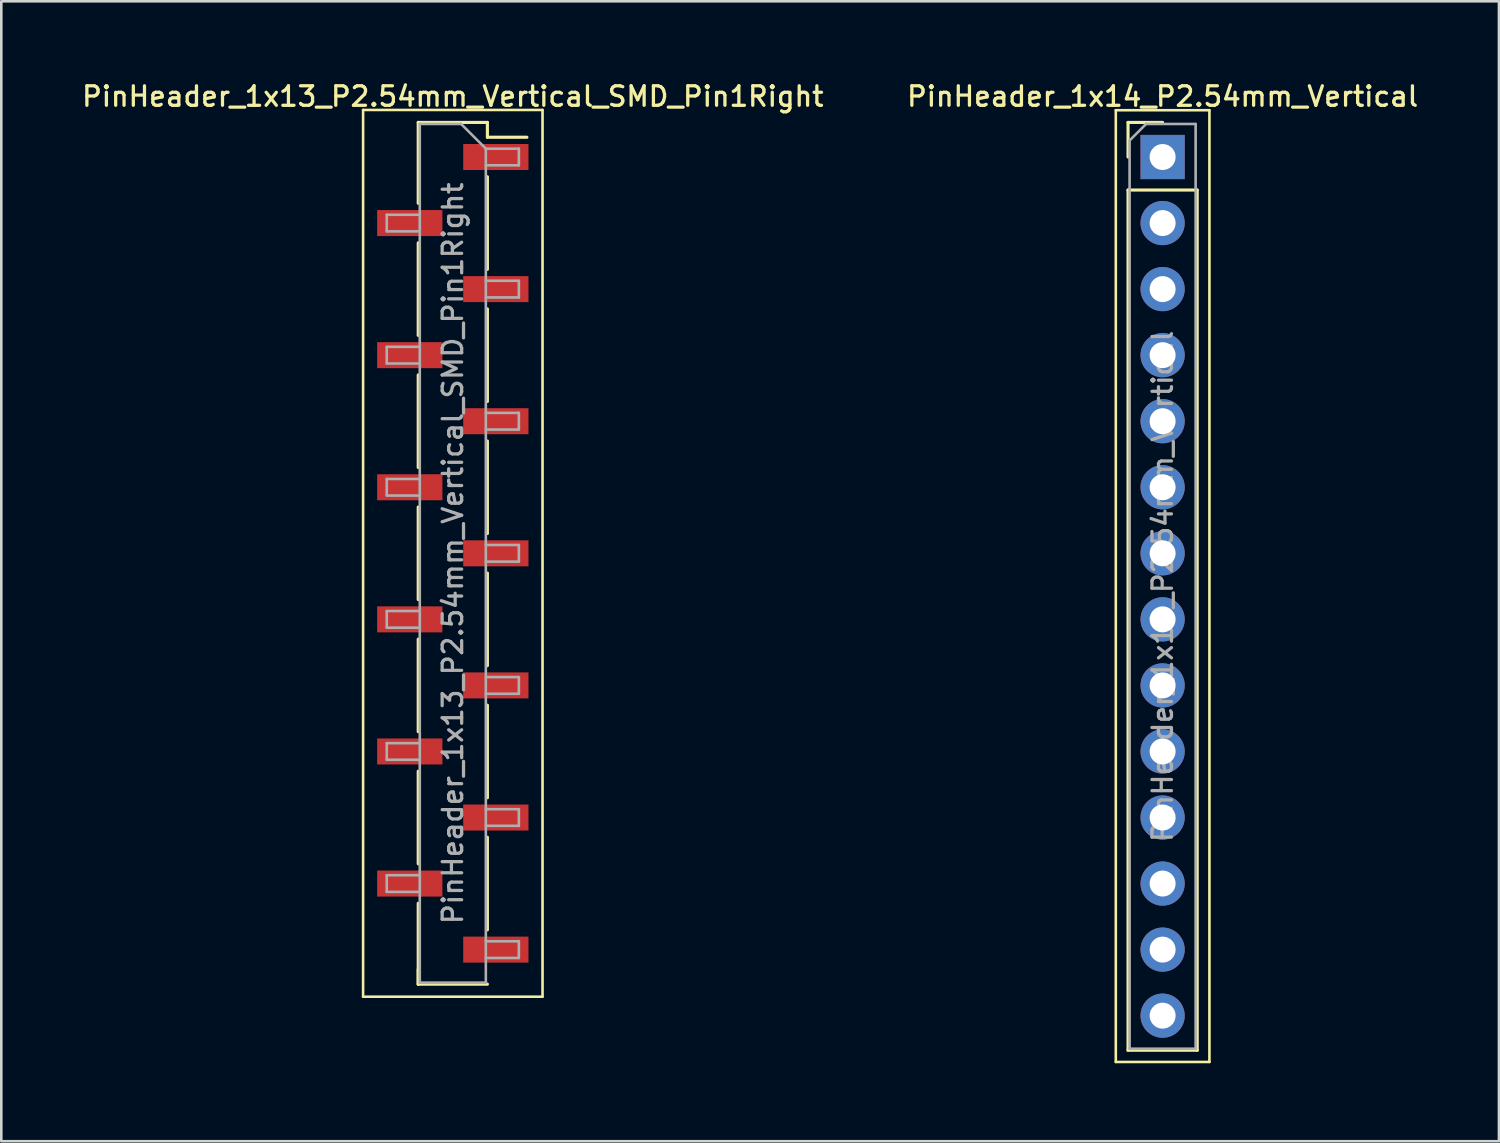
<source format=kicad_pcb>
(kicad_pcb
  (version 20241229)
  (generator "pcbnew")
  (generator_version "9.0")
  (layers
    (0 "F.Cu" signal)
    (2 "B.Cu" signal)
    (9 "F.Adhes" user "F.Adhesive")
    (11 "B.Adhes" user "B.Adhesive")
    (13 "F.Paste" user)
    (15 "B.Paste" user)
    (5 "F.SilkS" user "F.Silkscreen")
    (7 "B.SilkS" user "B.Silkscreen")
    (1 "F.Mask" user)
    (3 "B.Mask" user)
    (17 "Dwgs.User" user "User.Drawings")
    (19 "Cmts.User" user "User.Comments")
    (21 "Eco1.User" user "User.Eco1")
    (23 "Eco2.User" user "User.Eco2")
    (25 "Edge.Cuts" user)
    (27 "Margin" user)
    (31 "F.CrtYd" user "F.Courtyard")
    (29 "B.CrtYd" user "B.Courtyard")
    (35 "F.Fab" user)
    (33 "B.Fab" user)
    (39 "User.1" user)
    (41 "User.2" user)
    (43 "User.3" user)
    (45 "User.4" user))
  (footprint "PinHeader_1x13_P2.54mm_Vertical_SMD_Pin1Right"
    (layer "F.Cu")
    (at 14.363 18.228)
    (property "Reference" "PinHeader_1x13_P2.54mm_Vertical_SMD_Pin1Right" (at 0 -17.57 0) (layer "F.SilkS") (effects (font (size 0.75 0.75) (thickness 0.125))))
    (attr smd)
    (fp_line (start -3.45 -17.05) (end -3.45 17.05) (stroke (width 0.1) (type solid)) (layer "F.SilkS"))
    (fp_line (start -3.45 17.05) (end 3.45 17.05) (stroke (width 0.1) (type solid)) (layer "F.SilkS"))
    (fp_line (start -1.33 -16.57) (end -1.33 -13.46) (stroke (width 0.12) (type solid)) (layer "F.SilkS"))
    (fp_line (start -1.33 -16.57) (end 1.33 -16.57) (stroke (width 0.12) (type solid)) (layer "F.SilkS"))
    (fp_line (start -1.33 -11.94) (end -1.33 -8.38) (stroke (width 0.12) (type solid)) (layer "F.SilkS"))
    (fp_line (start -1.33 -6.86) (end -1.33 -3.3) (stroke (width 0.12) (type solid)) (layer "F.SilkS"))
    (fp_line (start -1.33 -1.78) (end -1.33 1.78) (stroke (width 0.12) (type solid)) (layer "F.SilkS"))
    (fp_line (start -1.33 3.3) (end -1.33 6.86) (stroke (width 0.12) (type solid)) (layer "F.SilkS"))
    (fp_line (start -1.33 8.38) (end -1.33 11.94) (stroke (width 0.12) (type solid)) (layer "F.SilkS"))
    (fp_line (start -1.33 13.46) (end -1.33 16.57) (stroke (width 0.12) (type solid)) (layer "F.SilkS"))
    (fp_line (start -1.33 16) (end -1.33 16.57) (stroke (width 0.12) (type solid)) (layer "F.SilkS"))
    (fp_line (start -1.33 16.57) (end 1.33 16.57) (stroke (width 0.12) (type solid)) (layer "F.SilkS"))
    (fp_line (start 1.33 -16.57) (end 1.33 -16) (stroke (width 0.12) (type solid)) (layer "F.SilkS"))
    (fp_line (start 1.33 -16) (end 2.85 -16) (stroke (width 0.12) (type solid)) (layer "F.SilkS"))
    (fp_line (start 1.33 -14.48) (end 1.33 -10.92) (stroke (width 0.12) (type solid)) (layer "F.SilkS"))
    (fp_line (start 1.33 -9.4) (end 1.33 -5.84) (stroke (width 0.12) (type solid)) (layer "F.SilkS"))
    (fp_line (start 1.33 -4.32) (end 1.33 -0.76) (stroke (width 0.12) (type solid)) (layer "F.SilkS"))
    (fp_line (start 1.33 0.76) (end 1.33 4.32) (stroke (width 0.12) (type solid)) (layer "F.SilkS"))
    (fp_line (start 1.33 5.84) (end 1.33 9.4) (stroke (width 0.12) (type solid)) (layer "F.SilkS"))
    (fp_line (start 1.33 10.92) (end 1.33 14.48) (stroke (width 0.12) (type solid)) (layer "F.SilkS"))
    (fp_line (start 3.45 -17.05) (end -3.45 -17.05) (stroke (width 0.1) (type solid)) (layer "F.SilkS"))
    (fp_line (start 3.45 17.05) (end 3.45 -17.05) (stroke (width 0.1) (type solid)) (layer "F.SilkS"))
    (fp_line (start -2.54 -13.02) (end -2.54 -12.38) (stroke (width 0.1) (type solid)) (layer "F.Fab"))
    (fp_line (start -2.54 -12.38) (end -1.27 -12.38) (stroke (width 0.1) (type solid)) (layer "F.Fab"))
    (fp_line (start -2.54 -7.94) (end -2.54 -7.3) (stroke (width 0.1) (type solid)) (layer "F.Fab"))
    (fp_line (start -2.54 -7.3) (end -1.27 -7.3) (stroke (width 0.1) (type solid)) (layer "F.Fab"))
    (fp_line (start -2.54 -2.86) (end -2.54 -2.22) (stroke (width 0.1) (type solid)) (layer "F.Fab"))
    (fp_line (start -2.54 -2.22) (end -1.27 -2.22) (stroke (width 0.1) (type solid)) (layer "F.Fab"))
    (fp_line (start -2.54 2.22) (end -2.54 2.86) (stroke (width 0.1) (type solid)) (layer "F.Fab"))
    (fp_line (start -2.54 2.86) (end -1.27 2.86) (stroke (width 0.1) (type solid)) (layer "F.Fab"))
    (fp_line (start -2.54 7.3) (end -2.54 7.94) (stroke (width 0.1) (type solid)) (layer "F.Fab"))
    (fp_line (start -2.54 7.94) (end -1.27 7.94) (stroke (width 0.1) (type solid)) (layer "F.Fab"))
    (fp_line (start -2.54 12.38) (end -2.54 13.02) (stroke (width 0.1) (type solid)) (layer "F.Fab"))
    (fp_line (start -2.54 13.02) (end -1.27 13.02) (stroke (width 0.1) (type solid)) (layer "F.Fab"))
    (fp_line (start -1.27 -16.51) (end -1.27 16.51) (stroke (width 0.1) (type solid)) (layer "F.Fab"))
    (fp_line (start -1.27 -16.51) (end 0.32 -16.51) (stroke (width 0.1) (type solid)) (layer "F.Fab"))
    (fp_line (start -1.27 -13.02) (end -2.54 -13.02) (stroke (width 0.1) (type solid)) (layer "F.Fab"))
    (fp_line (start -1.27 -7.94) (end -2.54 -7.94) (stroke (width 0.1) (type solid)) (layer "F.Fab"))
    (fp_line (start -1.27 -2.86) (end -2.54 -2.86) (stroke (width 0.1) (type solid)) (layer "F.Fab"))
    (fp_line (start -1.27 2.22) (end -2.54 2.22) (stroke (width 0.1) (type solid)) (layer "F.Fab"))
    (fp_line (start -1.27 7.3) (end -2.54 7.3) (stroke (width 0.1) (type solid)) (layer "F.Fab"))
    (fp_line (start -1.27 12.38) (end -2.54 12.38) (stroke (width 0.1) (type solid)) (layer "F.Fab"))
    (fp_line (start 1.27 -15.56) (end 0.32 -16.51) (stroke (width 0.1) (type solid)) (layer "F.Fab"))
    (fp_line (start 1.27 -15.56) (end 2.54 -15.56) (stroke (width 0.1) (type solid)) (layer "F.Fab"))
    (fp_line (start 1.27 -10.48) (end 2.54 -10.48) (stroke (width 0.1) (type solid)) (layer "F.Fab"))
    (fp_line (start 1.27 -5.4) (end 2.54 -5.4) (stroke (width 0.1) (type solid)) (layer "F.Fab"))
    (fp_line (start 1.27 -0.32) (end 2.54 -0.32) (stroke (width 0.1) (type solid)) (layer "F.Fab"))
    (fp_line (start 1.27 4.76) (end 2.54 4.76) (stroke (width 0.1) (type solid)) (layer "F.Fab"))
    (fp_line (start 1.27 9.84) (end 2.54 9.84) (stroke (width 0.1) (type solid)) (layer "F.Fab"))
    (fp_line (start 1.27 14.92) (end 2.54 14.92) (stroke (width 0.1) (type solid)) (layer "F.Fab"))
    (fp_line (start 1.27 16.51) (end -1.27 16.51) (stroke (width 0.1) (type solid)) (layer "F.Fab"))
    (fp_line (start 1.27 16.51) (end 1.27 -15.56) (stroke (width 0.1) (type solid)) (layer "F.Fab"))
    (fp_line (start 2.54 -15.56) (end 2.54 -14.92) (stroke (width 0.1) (type solid)) (layer "F.Fab"))
    (fp_line (start 2.54 -14.92) (end 1.27 -14.92) (stroke (width 0.1) (type solid)) (layer "F.Fab"))
    (fp_line (start 2.54 -10.48) (end 2.54 -9.84) (stroke (width 0.1) (type solid)) (layer "F.Fab"))
    (fp_line (start 2.54 -9.84) (end 1.27 -9.84) (stroke (width 0.1) (type solid)) (layer "F.Fab"))
    (fp_line (start 2.54 -5.4) (end 2.54 -4.76) (stroke (width 0.1) (type solid)) (layer "F.Fab"))
    (fp_line (start 2.54 -4.76) (end 1.27 -4.76) (stroke (width 0.1) (type solid)) (layer "F.Fab"))
    (fp_line (start 2.54 -0.32) (end 2.54 0.32) (stroke (width 0.1) (type solid)) (layer "F.Fab"))
    (fp_line (start 2.54 0.32) (end 1.27 0.32) (stroke (width 0.1) (type solid)) (layer "F.Fab"))
    (fp_line (start 2.54 4.76) (end 2.54 5.4) (stroke (width 0.1) (type solid)) (layer "F.Fab"))
    (fp_line (start 2.54 5.4) (end 1.27 5.4) (stroke (width 0.1) (type solid)) (layer "F.Fab"))
    (fp_line (start 2.54 9.84) (end 2.54 10.48) (stroke (width 0.1) (type solid)) (layer "F.Fab"))
    (fp_line (start 2.54 10.48) (end 1.27 10.48) (stroke (width 0.1) (type solid)) (layer "F.Fab"))
    (fp_line (start 2.54 14.92) (end 2.54 15.56) (stroke (width 0.1) (type solid)) (layer "F.Fab"))
    (fp_line (start 2.54 15.56) (end 1.27 15.56) (stroke (width 0.1) (type solid)) (layer "F.Fab"))
    (fp_text user "${REFERENCE}" (at 0 0 90) (layer "F.Fab") (effects (font (size 0.75 0.75) (thickness 0.125))))
    (pad "1" smd rect (at 1.655 -15.24) (size 2.51 1) (layers "F.Cu" "F.Mask" "F.Paste"))
    (pad "2" smd rect (at -1.655 -12.7) (size 2.51 1) (layers "F.Cu" "F.Mask" "F.Paste"))
    (pad "3" smd rect (at 1.655 -10.16) (size 2.51 1) (layers "F.Cu" "F.Mask" "F.Paste"))
    (pad "4" smd rect (at -1.655 -7.62) (size 2.51 1) (layers "F.Cu" "F.Mask" "F.Paste"))
    (pad "5" smd rect (at 1.655 -5.08) (size 2.51 1) (layers "F.Cu" "F.Mask" "F.Paste"))
    (pad "6" smd rect (at -1.655 -2.54) (size 2.51 1) (layers "F.Cu" "F.Mask" "F.Paste"))
    (pad "7" smd rect (at 1.655 0) (size 2.51 1) (layers "F.Cu" "F.Mask" "F.Paste"))
    (pad "8" smd rect (at -1.655 2.54) (size 2.51 1) (layers "F.Cu" "F.Mask" "F.Paste"))
    (pad "9" smd rect (at 1.655 5.08) (size 2.51 1) (layers "F.Cu" "F.Mask" "F.Paste"))
    (pad "10" smd rect (at -1.655 7.62) (size 2.51 1) (layers "F.Cu" "F.Mask" "F.Paste"))
    (pad "11" smd rect (at 1.655 10.16) (size 2.51 1) (layers "F.Cu" "F.Mask" "F.Paste"))
    (pad "12" smd rect (at -1.655 12.7) (size 2.51 1) (layers "F.Cu" "F.Mask" "F.Paste"))
    (pad "13" smd rect (at 1.655 15.24) (size 2.51 1) (layers "F.Cu" "F.Mask" "F.Paste")))
  (footprint "PinHeader_1x14_P2.54mm_Vertical"
    (layer "F.Cu")
    (at 41.659 2.988)
    (property "Reference" "PinHeader_1x14_P2.54mm_Vertical" (at 0 -2.33 0) (layer "F.SilkS") (effects (font (size 0.75 0.75) (thickness 0.125))))
    (attr through_hole)
    (fp_line (start -1.8 -1.8) (end -1.8 34.8) (stroke (width 0.1) (type solid)) (layer "F.SilkS"))
    (fp_line (start -1.8 34.8) (end 1.8 34.8) (stroke (width 0.1) (type solid)) (layer "F.SilkS"))
    (fp_line (start -1.33 -1.33) (end 0 -1.33) (stroke (width 0.12) (type solid)) (layer "F.SilkS"))
    (fp_line (start -1.33 0) (end -1.33 -1.33) (stroke (width 0.12) (type solid)) (layer "F.SilkS"))
    (fp_line (start -1.33 1.27) (end -1.33 34.35) (stroke (width 0.12) (type solid)) (layer "F.SilkS"))
    (fp_line (start -1.33 1.27) (end 1.33 1.27) (stroke (width 0.12) (type solid)) (layer "F.SilkS"))
    (fp_line (start -1.33 34.35) (end 1.33 34.35) (stroke (width 0.12) (type solid)) (layer "F.SilkS"))
    (fp_line (start 1.33 1.27) (end 1.33 34.35) (stroke (width 0.12) (type solid)) (layer "F.SilkS"))
    (fp_line (start 1.8 -1.8) (end -1.8 -1.8) (stroke (width 0.1) (type solid)) (layer "F.SilkS"))
    (fp_line (start 1.8 34.8) (end 1.8 -1.8) (stroke (width 0.1) (type solid)) (layer "F.SilkS"))
    (fp_line (start -1.27 -0.635) (end -0.635 -1.27) (stroke (width 0.1) (type solid)) (layer "F.Fab"))
    (fp_line (start -1.27 34.29) (end -1.27 -0.635) (stroke (width 0.1) (type solid)) (layer "F.Fab"))
    (fp_line (start -0.635 -1.27) (end 1.27 -1.27) (stroke (width 0.1) (type solid)) (layer "F.Fab"))
    (fp_line (start 1.27 -1.27) (end 1.27 34.29) (stroke (width 0.1) (type solid)) (layer "F.Fab"))
    (fp_line (start 1.27 34.29) (end -1.27 34.29) (stroke (width 0.1) (type solid)) (layer "F.Fab"))
    (fp_text user "${REFERENCE}" (at 0 16.51 90) (layer "F.Fab") (effects (font (size 0.75 0.75) (thickness 0.125))))
    (pad "1" thru_hole rect (at 0 0) (size 1.7 1.7) (drill 1) (layers "*.Cu" "*.Mask"))
    (pad "2" thru_hole oval (at 0 2.54) (size 1.7 1.7) (drill 1) (layers "*.Cu" "*.Mask"))
    (pad "3" thru_hole oval (at 0 5.08) (size 1.7 1.7) (drill 1) (layers "*.Cu" "*.Mask"))
    (pad "4" thru_hole oval (at 0 7.62) (size 1.7 1.7) (drill 1) (layers "*.Cu" "*.Mask"))
    (pad "5" thru_hole oval (at 0 10.16) (size 1.7 1.7) (drill 1) (layers "*.Cu" "*.Mask"))
    (pad "6" thru_hole oval (at 0 12.7) (size 1.7 1.7) (drill 1) (layers "*.Cu" "*.Mask"))
    (pad "7" thru_hole oval (at 0 15.24) (size 1.7 1.7) (drill 1) (layers "*.Cu" "*.Mask"))
    (pad "8" thru_hole oval (at 0 17.78) (size 1.7 1.7) (drill 1) (layers "*.Cu" "*.Mask"))
    (pad "9" thru_hole oval (at 0 20.32) (size 1.7 1.7) (drill 1) (layers "*.Cu" "*.Mask"))
    (pad "10" thru_hole oval (at 0 22.86) (size 1.7 1.7) (drill 1) (layers "*.Cu" "*.Mask"))
    (pad "11" thru_hole oval (at 0 25.4) (size 1.7 1.7) (drill 1) (layers "*.Cu" "*.Mask"))
    (pad "12" thru_hole oval (at 0 27.94) (size 1.7 1.7) (drill 1) (layers "*.Cu" "*.Mask"))
    (pad "13" thru_hole oval (at 0 30.48) (size 1.7 1.7) (drill 1) (layers "*.Cu" "*.Mask"))
    (pad "14" thru_hole oval (at 0 33.02) (size 1.7 1.7) (drill 1) (layers "*.Cu" "*.Mask")))
  (gr_rect
    (start -3 -3)
    (end 54.593 40.838)
    (stroke (width 0.1) (type default))
    (fill no)
    (layer "Edge.Cuts")))
</source>
